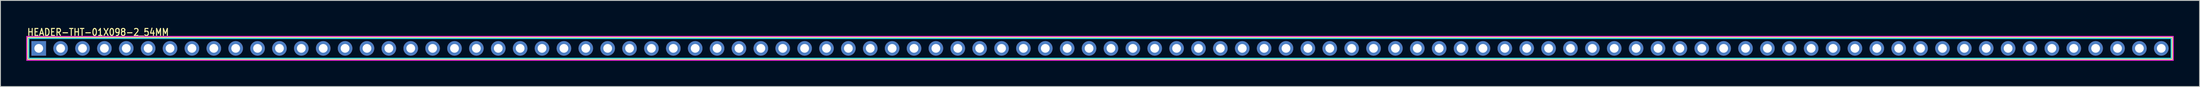
<source format=kicad_pcb>
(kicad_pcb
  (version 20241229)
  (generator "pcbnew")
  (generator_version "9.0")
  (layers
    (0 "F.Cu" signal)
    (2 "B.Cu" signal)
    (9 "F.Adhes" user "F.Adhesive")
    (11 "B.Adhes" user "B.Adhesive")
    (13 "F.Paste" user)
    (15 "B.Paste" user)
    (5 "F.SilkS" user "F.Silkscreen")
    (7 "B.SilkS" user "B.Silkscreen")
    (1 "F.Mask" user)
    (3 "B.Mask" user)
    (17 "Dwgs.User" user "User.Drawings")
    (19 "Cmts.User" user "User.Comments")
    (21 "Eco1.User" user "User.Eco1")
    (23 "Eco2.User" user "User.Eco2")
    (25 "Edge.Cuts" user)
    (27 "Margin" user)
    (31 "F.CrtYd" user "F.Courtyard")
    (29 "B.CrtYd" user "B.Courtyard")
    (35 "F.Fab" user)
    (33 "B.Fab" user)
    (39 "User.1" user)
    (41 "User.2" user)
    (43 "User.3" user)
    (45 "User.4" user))
  (footprint "HEADER-THT-01X098-2_54MM"
    (layer "F.Cu")
    (at 1.447 2.579)
    (property "Reference" "HEADER-THT-01X098-2_54MM" (at -1.4 -1.4 0) (unlocked yes) (layer "F.SilkS") (effects (font (size 0.813 0.695) (thickness 0.122)) (justify left bottom)))
    (fp_line (start -1.27 -1.27) (end -1.27 1.27) (stroke (width 0.127) (type solid)) (layer "F.SilkS"))
    (fp_line (start -1.27 1.27) (end 247.65 1.27) (stroke (width 0.127) (type solid)) (layer "F.SilkS"))
    (fp_line (start 247.65 -1.27) (end -1.27 -1.27) (stroke (width 0.127) (type solid)) (layer "F.SilkS"))
    (fp_line (start 247.65 1.27) (end 247.65 -1.27) (stroke (width 0.127) (type solid)) (layer "F.SilkS"))
    (fp_poly (pts (xy -1.143 -1.143) (xy 247.523 -1.143) (xy 247.523 1.143) (xy -1.143 1.143)) (stroke (width 0.1) (type solid)) (fill no) (layer "B.CrtYd"))
    (fp_poly (pts (xy -1.397 -1.397) (xy 247.777 -1.397) (xy 247.777 1.397) (xy -1.397 1.397)) (stroke (width 0.1) (type solid)) (fill no) (layer "F.CrtYd"))
    (pad "1" thru_hole rect (at 0 0) (size 1.693 1.693) (drill 1.016) (layers "*.Cu" "*.Mask"))
    (pad "2" thru_hole oval (at 2.54 0) (size 1.693 1.693) (drill 1.016) (layers "*.Cu" "*.Mask"))
    (pad "3" thru_hole oval (at 5.08 0) (size 1.693 1.693) (drill 1.016) (layers "*.Cu" "*.Mask"))
    (pad "4" thru_hole oval (at 7.62 0) (size 1.693 1.693) (drill 1.016) (layers "*.Cu" "*.Mask"))
    (pad "5" thru_hole oval (at 10.16 0) (size 1.693 1.693) (drill 1.016) (layers "*.Cu" "*.Mask"))
    (pad "6" thru_hole oval (at 12.7 0) (size 1.693 1.693) (drill 1.016) (layers "*.Cu" "*.Mask"))
    (pad "7" thru_hole oval (at 15.24 0) (size 1.693 1.693) (drill 1.016) (layers "*.Cu" "*.Mask"))
    (pad "8" thru_hole oval (at 17.78 0) (size 1.693 1.693) (drill 1.016) (layers "*.Cu" "*.Mask"))
    (pad "9" thru_hole oval (at 20.32 0) (size 1.693 1.693) (drill 1.016) (layers "*.Cu" "*.Mask"))
    (pad "10" thru_hole oval (at 22.86 0) (size 1.693 1.693) (drill 1.016) (layers "*.Cu" "*.Mask"))
    (pad "11" thru_hole oval (at 25.4 0) (size 1.693 1.693) (drill 1.016) (layers "*.Cu" "*.Mask"))
    (pad "12" thru_hole oval (at 27.94 0) (size 1.693 1.693) (drill 1.016) (layers "*.Cu" "*.Mask"))
    (pad "13" thru_hole oval (at 30.48 0) (size 1.693 1.693) (drill 1.016) (layers "*.Cu" "*.Mask"))
    (pad "14" thru_hole oval (at 33.02 0) (size 1.693 1.693) (drill 1.016) (layers "*.Cu" "*.Mask"))
    (pad "15" thru_hole oval (at 35.56 0) (size 1.693 1.693) (drill 1.016) (layers "*.Cu" "*.Mask"))
    (pad "16" thru_hole oval (at 38.1 0) (size 1.693 1.693) (drill 1.016) (layers "*.Cu" "*.Mask"))
    (pad "17" thru_hole oval (at 40.64 0) (size 1.693 1.693) (drill 1.016) (layers "*.Cu" "*.Mask"))
    (pad "18" thru_hole oval (at 43.18 0) (size 1.693 1.693) (drill 1.016) (layers "*.Cu" "*.Mask"))
    (pad "19" thru_hole oval (at 45.72 0) (size 1.693 1.693) (drill 1.016) (layers "*.Cu" "*.Mask"))
    (pad "20" thru_hole oval (at 48.26 0) (size 1.693 1.693) (drill 1.016) (layers "*.Cu" "*.Mask"))
    (pad "21" thru_hole oval (at 50.8 0) (size 1.693 1.693) (drill 1.016) (layers "*.Cu" "*.Mask"))
    (pad "22" thru_hole oval (at 53.34 0) (size 1.693 1.693) (drill 1.016) (layers "*.Cu" "*.Mask"))
    (pad "23" thru_hole oval (at 55.88 0) (size 1.693 1.693) (drill 1.016) (layers "*.Cu" "*.Mask"))
    (pad "24" thru_hole oval (at 58.42 0) (size 1.693 1.693) (drill 1.016) (layers "*.Cu" "*.Mask"))
    (pad "25" thru_hole oval (at 60.96 0) (size 1.693 1.693) (drill 1.016) (layers "*.Cu" "*.Mask"))
    (pad "26" thru_hole oval (at 63.5 0) (size 1.693 1.693) (drill 1.016) (layers "*.Cu" "*.Mask"))
    (pad "27" thru_hole oval (at 66.04 0) (size 1.693 1.693) (drill 1.016) (layers "*.Cu" "*.Mask"))
    (pad "28" thru_hole oval (at 68.58 0) (size 1.693 1.693) (drill 1.016) (layers "*.Cu" "*.Mask"))
    (pad "29" thru_hole oval (at 71.12 0) (size 1.693 1.693) (drill 1.016) (layers "*.Cu" "*.Mask"))
    (pad "30" thru_hole oval (at 73.66 0) (size 1.693 1.693) (drill 1.016) (layers "*.Cu" "*.Mask"))
    (pad "31" thru_hole oval (at 76.2 0) (size 1.693 1.693) (drill 1.016) (layers "*.Cu" "*.Mask"))
    (pad "32" thru_hole oval (at 78.74 0) (size 1.693 1.693) (drill 1.016) (layers "*.Cu" "*.Mask"))
    (pad "33" thru_hole oval (at 81.28 0) (size 1.693 1.693) (drill 1.016) (layers "*.Cu" "*.Mask"))
    (pad "34" thru_hole oval (at 83.82 0) (size 1.693 1.693) (drill 1.016) (layers "*.Cu" "*.Mask"))
    (pad "35" thru_hole oval (at 86.36 0) (size 1.693 1.693) (drill 1.016) (layers "*.Cu" "*.Mask"))
    (pad "36" thru_hole oval (at 88.9 0) (size 1.693 1.693) (drill 1.016) (layers "*.Cu" "*.Mask"))
    (pad "37" thru_hole oval (at 91.44 0) (size 1.693 1.693) (drill 1.016) (layers "*.Cu" "*.Mask"))
    (pad "38" thru_hole oval (at 93.98 0) (size 1.693 1.693) (drill 1.016) (layers "*.Cu" "*.Mask"))
    (pad "39" thru_hole oval (at 96.52 0) (size 1.693 1.693) (drill 1.016) (layers "*.Cu" "*.Mask"))
    (pad "40" thru_hole oval (at 99.06 0) (size 1.693 1.693) (drill 1.016) (layers "*.Cu" "*.Mask"))
    (pad "41" thru_hole oval (at 101.6 0) (size 1.693 1.693) (drill 1.016) (layers "*.Cu" "*.Mask"))
    (pad "42" thru_hole oval (at 104.14 0) (size 1.693 1.693) (drill 1.016) (layers "*.Cu" "*.Mask"))
    (pad "43" thru_hole oval (at 106.68 0) (size 1.693 1.693) (drill 1.016) (layers "*.Cu" "*.Mask"))
    (pad "44" thru_hole oval (at 109.22 0) (size 1.693 1.693) (drill 1.016) (layers "*.Cu" "*.Mask"))
    (pad "45" thru_hole oval (at 111.76 0) (size 1.693 1.693) (drill 1.016) (layers "*.Cu" "*.Mask"))
    (pad "46" thru_hole oval (at 114.3 0) (size 1.693 1.693) (drill 1.016) (layers "*.Cu" "*.Mask"))
    (pad "47" thru_hole oval (at 116.84 0) (size 1.693 1.693) (drill 1.016) (layers "*.Cu" "*.Mask"))
    (pad "48" thru_hole oval (at 119.38 0) (size 1.693 1.693) (drill 1.016) (layers "*.Cu" "*.Mask"))
    (pad "49" thru_hole oval (at 121.92 0) (size 1.693 1.693) (drill 1.016) (layers "*.Cu" "*.Mask"))
    (pad "50" thru_hole oval (at 124.46 0) (size 1.693 1.693) (drill 1.016) (layers "*.Cu" "*.Mask"))
    (pad "51" thru_hole oval (at 127 0) (size 1.693 1.693) (drill 1.016) (layers "*.Cu" "*.Mask"))
    (pad "52" thru_hole oval (at 129.54 0) (size 1.693 1.693) (drill 1.016) (layers "*.Cu" "*.Mask"))
    (pad "53" thru_hole oval (at 132.08 0) (size 1.693 1.693) (drill 1.016) (layers "*.Cu" "*.Mask"))
    (pad "54" thru_hole oval (at 134.62 0) (size 1.693 1.693) (drill 1.016) (layers "*.Cu" "*.Mask"))
    (pad "55" thru_hole oval (at 137.16 0) (size 1.693 1.693) (drill 1.016) (layers "*.Cu" "*.Mask"))
    (pad "56" thru_hole oval (at 139.7 0) (size 1.693 1.693) (drill 1.016) (layers "*.Cu" "*.Mask"))
    (pad "57" thru_hole oval (at 142.24 0) (size 1.693 1.693) (drill 1.016) (layers "*.Cu" "*.Mask"))
    (pad "58" thru_hole oval (at 144.78 0) (size 1.693 1.693) (drill 1.016) (layers "*.Cu" "*.Mask"))
    (pad "59" thru_hole oval (at 147.32 0) (size 1.693 1.693) (drill 1.016) (layers "*.Cu" "*.Mask"))
    (pad "60" thru_hole oval (at 149.86 0) (size 1.693 1.693) (drill 1.016) (layers "*.Cu" "*.Mask"))
    (pad "61" thru_hole oval (at 152.4 0) (size 1.693 1.693) (drill 1.016) (layers "*.Cu" "*.Mask"))
    (pad "62" thru_hole oval (at 154.94 0) (size 1.693 1.693) (drill 1.016) (layers "*.Cu" "*.Mask"))
    (pad "63" thru_hole oval (at 157.48 0) (size 1.693 1.693) (drill 1.016) (layers "*.Cu" "*.Mask"))
    (pad "64" thru_hole oval (at 160.02 0) (size 1.693 1.693) (drill 1.016) (layers "*.Cu" "*.Mask"))
    (pad "65" thru_hole oval (at 162.56 0) (size 1.693 1.693) (drill 1.016) (layers "*.Cu" "*.Mask"))
    (pad "66" thru_hole oval (at 165.1 0) (size 1.693 1.693) (drill 1.016) (layers "*.Cu" "*.Mask"))
    (pad "67" thru_hole oval (at 167.64 0) (size 1.693 1.693) (drill 1.016) (layers "*.Cu" "*.Mask"))
    (pad "68" thru_hole oval (at 170.18 0) (size 1.693 1.693) (drill 1.016) (layers "*.Cu" "*.Mask"))
    (pad "69" thru_hole oval (at 172.72 0) (size 1.693 1.693) (drill 1.016) (layers "*.Cu" "*.Mask"))
    (pad "70" thru_hole oval (at 175.26 0) (size 1.693 1.693) (drill 1.016) (layers "*.Cu" "*.Mask"))
    (pad "71" thru_hole oval (at 177.8 0) (size 1.693 1.693) (drill 1.016) (layers "*.Cu" "*.Mask"))
    (pad "72" thru_hole oval (at 180.34 0) (size 1.693 1.693) (drill 1.016) (layers "*.Cu" "*.Mask"))
    (pad "73" thru_hole oval (at 182.88 0) (size 1.693 1.693) (drill 1.016) (layers "*.Cu" "*.Mask"))
    (pad "74" thru_hole oval (at 185.42 0) (size 1.693 1.693) (drill 1.016) (layers "*.Cu" "*.Mask"))
    (pad "75" thru_hole oval (at 187.96 0) (size 1.693 1.693) (drill 1.016) (layers "*.Cu" "*.Mask"))
    (pad "76" thru_hole oval (at 190.5 0) (size 1.693 1.693) (drill 1.016) (layers "*.Cu" "*.Mask"))
    (pad "77" thru_hole oval (at 193.04 0) (size 1.693 1.693) (drill 1.016) (layers "*.Cu" "*.Mask"))
    (pad "78" thru_hole oval (at 195.58 0) (size 1.693 1.693) (drill 1.016) (layers "*.Cu" "*.Mask"))
    (pad "79" thru_hole oval (at 198.12 0) (size 1.693 1.693) (drill 1.016) (layers "*.Cu" "*.Mask"))
    (pad "80" thru_hole oval (at 200.66 0) (size 1.693 1.693) (drill 1.016) (layers "*.Cu" "*.Mask"))
    (pad "81" thru_hole oval (at 203.2 0) (size 1.693 1.693) (drill 1.016) (layers "*.Cu" "*.Mask"))
    (pad "82" thru_hole oval (at 205.74 0) (size 1.693 1.693) (drill 1.016) (layers "*.Cu" "*.Mask"))
    (pad "83" thru_hole oval (at 208.28 0) (size 1.693 1.693) (drill 1.016) (layers "*.Cu" "*.Mask"))
    (pad "84" thru_hole oval (at 210.82 0) (size 1.693 1.693) (drill 1.016) (layers "*.Cu" "*.Mask"))
    (pad "85" thru_hole oval (at 213.36 0) (size 1.693 1.693) (drill 1.016) (layers "*.Cu" "*.Mask"))
    (pad "86" thru_hole oval (at 215.9 0) (size 1.693 1.693) (drill 1.016) (layers "*.Cu" "*.Mask"))
    (pad "87" thru_hole oval (at 218.44 0) (size 1.693 1.693) (drill 1.016) (layers "*.Cu" "*.Mask"))
    (pad "88" thru_hole oval (at 220.98 0) (size 1.693 1.693) (drill 1.016) (layers "*.Cu" "*.Mask"))
    (pad "89" thru_hole oval (at 223.52 0) (size 1.693 1.693) (drill 1.016) (layers "*.Cu" "*.Mask"))
    (pad "90" thru_hole oval (at 226.06 0) (size 1.693 1.693) (drill 1.016) (layers "*.Cu" "*.Mask"))
    (pad "91" thru_hole oval (at 228.6 0) (size 1.693 1.693) (drill 1.016) (layers "*.Cu" "*.Mask"))
    (pad "92" thru_hole oval (at 231.14 0) (size 1.693 1.693) (drill 1.016) (layers "*.Cu" "*.Mask"))
    (pad "93" thru_hole oval (at 233.68 0) (size 1.693 1.693) (drill 1.016) (layers "*.Cu" "*.Mask"))
    (pad "94" thru_hole oval (at 236.22 0) (size 1.693 1.693) (drill 1.016) (layers "*.Cu" "*.Mask"))
    (pad "95" thru_hole oval (at 238.76 0) (size 1.693 1.693) (drill 1.016) (layers "*.Cu" "*.Mask"))
    (pad "96" thru_hole oval (at 241.3 0) (size 1.693 1.693) (drill 1.016) (layers "*.Cu" "*.Mask"))
    (pad "97" thru_hole oval (at 243.84 0) (size 1.693 1.693) (drill 1.016) (layers "*.Cu" "*.Mask"))
    (pad "98" thru_hole oval (at 246.38 0) (size 1.693 1.693) (drill 1.016) (layers "*.Cu" "*.Mask")))
  (gr_rect
    (start -3 -3)
    (end 252.274 7.026)
    (stroke (width 0.1) (type default))
    (fill no)
    (layer "Edge.Cuts")))
</source>
